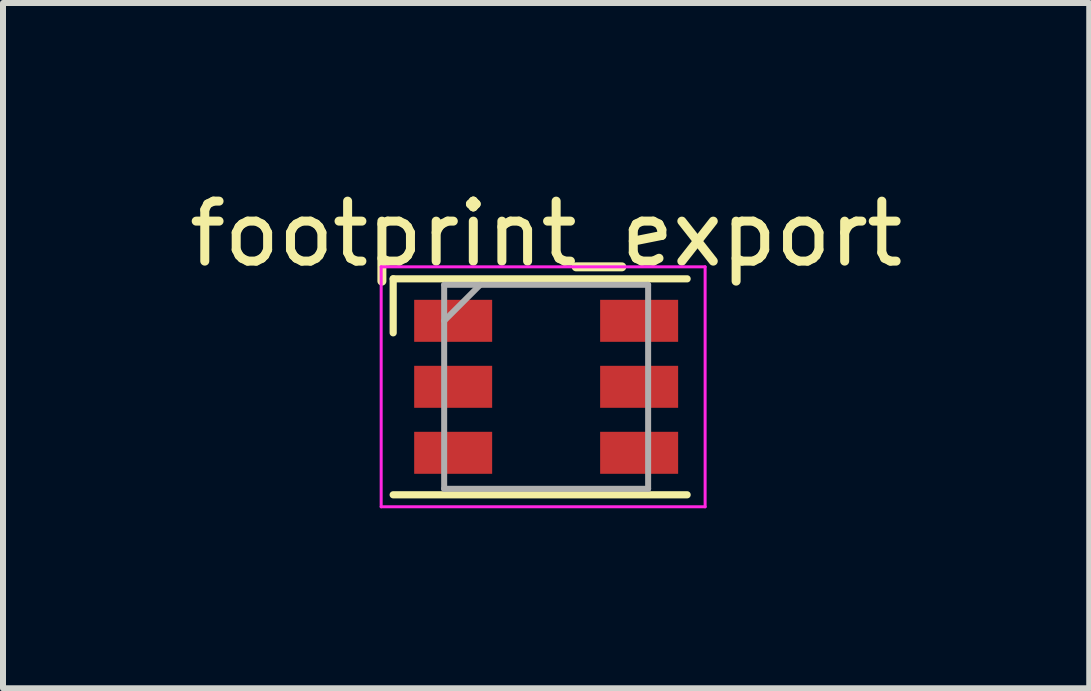
<source format=kicad_pcb>
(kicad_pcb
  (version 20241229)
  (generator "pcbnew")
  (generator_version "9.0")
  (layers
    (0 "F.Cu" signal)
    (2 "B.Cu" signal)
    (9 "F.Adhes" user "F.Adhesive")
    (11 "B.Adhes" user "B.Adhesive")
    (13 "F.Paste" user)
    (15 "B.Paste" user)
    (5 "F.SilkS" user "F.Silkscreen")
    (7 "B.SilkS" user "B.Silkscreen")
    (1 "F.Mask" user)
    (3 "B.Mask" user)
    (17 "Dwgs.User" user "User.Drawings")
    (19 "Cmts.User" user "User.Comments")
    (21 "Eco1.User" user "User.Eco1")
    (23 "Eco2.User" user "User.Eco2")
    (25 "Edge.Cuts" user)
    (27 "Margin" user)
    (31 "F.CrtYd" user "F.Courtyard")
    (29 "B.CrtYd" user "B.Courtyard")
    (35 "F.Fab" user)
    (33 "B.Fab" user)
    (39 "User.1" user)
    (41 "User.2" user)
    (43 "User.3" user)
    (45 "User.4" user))
  (footprint "footprint_export"
    (layer "F.Cu")
    (at 6.054 3.398)
    (property "Reference" "footprint_export" (at 0 -2.55 180) (layer "F.SilkS") (effects (font (size 1 1) (thickness 0.15))))
    (attr smd)
    (fp_line (start -2.55 -1.8) (end -2.55 -0.9) (stroke (width 0.12) (type solid)) (layer "F.SilkS"))
    (fp_line (start -2.55 1.8) (end 2.35 1.8) (stroke (width 0.12) (type solid)) (layer "F.SilkS"))
    (fp_line (start 2.35 -1.8) (end -2.55 -1.8) (stroke (width 0.12) (type solid)) (layer "F.SilkS"))
    (fp_line (start -2.75 -2) (end -2.75 2) (stroke (width 0.05) (type solid)) (layer "F.CrtYd"))
    (fp_line (start -2.75 -2) (end 2.65 -2) (stroke (width 0.05) (type solid)) (layer "F.CrtYd"))
    (fp_line (start -2.75 2) (end 2.65 2) (stroke (width 0.05) (type solid)) (layer "F.CrtYd"))
    (fp_line (start 2.65 -2) (end 2.65 2) (stroke (width 0.05) (type solid)) (layer "F.CrtYd"))
    (fp_line (start -1.7 -1.7) (end -1.7 1.7) (stroke (width 0.1) (type solid)) (layer "F.Fab"))
    (fp_line (start -1.7 -1.1) (end -1.1 -1.7) (stroke (width 0.1) (type solid)) (layer "F.Fab"))
    (fp_line (start -1.7 1.7) (end 1.7 1.7) (stroke (width 0.1) (type solid)) (layer "F.Fab"))
    (fp_line (start 1.7 -1.7) (end -1.7 -1.7) (stroke (width 0.1) (type solid)) (layer "F.Fab"))
    (fp_line (start 1.7 1.7) (end 1.7 -1.7) (stroke (width 0.1) (type solid)) (layer "F.Fab"))
    (pad "1" smd rect (at -1.55 -1.1 90) (size 0.7 1.3) (layers "F.Cu" "F.Mask" "F.Paste"))
    (pad "2" smd rect (at -1.55 0 90) (size 0.7 1.3) (layers "F.Cu" "F.Mask" "F.Paste"))
    (pad "3" smd rect (at -1.55 1.1 90) (size 0.7 1.3) (layers "F.Cu" "F.Mask" "F.Paste"))
    (pad "4" smd rect (at 1.55 1.1 90) (size 0.7 1.3) (layers "F.Cu" "F.Mask" "F.Paste"))
    (pad "5" smd rect (at 1.55 0 90) (size 0.7 1.3) (layers "F.Cu" "F.Mask" "F.Paste"))
    (pad "6" smd rect (at 1.55 -1.1 90) (size 0.7 1.3) (layers "F.Cu" "F.Mask" "F.Paste")))
  (gr_rect
    (start -3 -3)
    (end 15.107 8.423)
    (stroke (width 0.1) (type default))
    (fill no)
    (layer "Edge.Cuts")))
</source>
